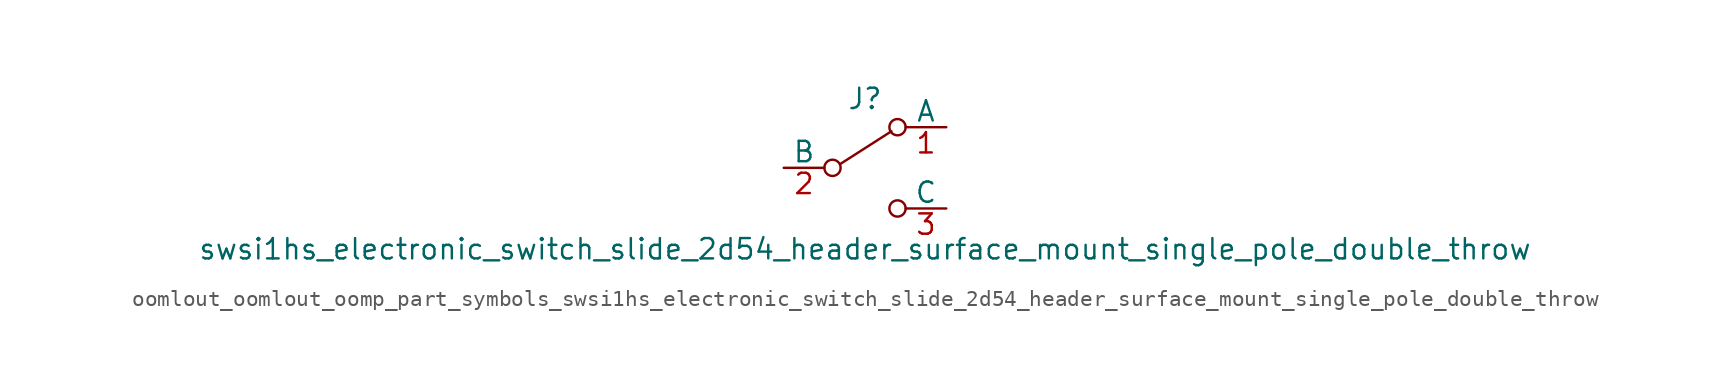
<source format=kicad_sym>
(kicad_symbol_lib
  (version 20220914)
  (generator kicad_symbol_editor)
  (symbol "oomlout_oomlout_oomp_part_symbols_swsi1hs_electronic_switch_slide_2d54_header_surface_mount_single_pole_double_throw"
    (pin_names
      (offset 0))
    (property "Reference" "J"
      (at 0 4.318 0)
      (effects (font (size 1.27 1.27))))
    (property "Value" "swsi1hs_electronic_switch_slide_2d54_header_surface_mount_single_pole_double_throw"
      (at 0 -5.08 0)
      (effects (font (size 1.27 1.27))))
    (symbol "oomlout_oomlout_oomp_part_symbols_swsi1hs_electronic_switch_slide_2d54_header_surface_mount_single_pole_double_throw_0_0"
      (circle (center -2.032 0) (radius 0.508) (stroke (width 0) (type default)) (fill (type none)))
      (circle (center 2.032 -2.54) (radius 0.508) (stroke (width 0) (type default)) (fill (type none))))
    (symbol "oomlout_oomlout_oomp_part_symbols_swsi1hs_electronic_switch_slide_2d54_header_surface_mount_single_pole_double_throw_0_1"
      (polyline (pts (xy -1.524 0.254) (xy 1.651 2.286)) (stroke (width 0) (type default)) (fill (type none)))
      (circle (center 2.032 2.54) (radius 0.508) (stroke (width 0) (type default)) (fill (type none))))
    (symbol "oomlout_oomlout_oomp_part_symbols_swsi1hs_electronic_switch_slide_2d54_header_surface_mount_single_pole_double_throw_1_1"
      (pin passive line (at 5.08 2.54 180) (length 2.54) (name "A" (effects (font (size 1.27 1.27)))) (number "1" (effects (font (size 1.27 1.27)))))
      (pin passive line (at -5.08 0 0) (length 2.54) (name "B" (effects (font (size 1.27 1.27)))) (number "2" (effects (font (size 1.27 1.27)))))
      (pin passive line (at 5.08 -2.54 180) (length 2.54) (name "C" (effects (font (size 1.27 1.27)))) (number "3" (effects (font (size 1.27 1.27))))))))
</source>
